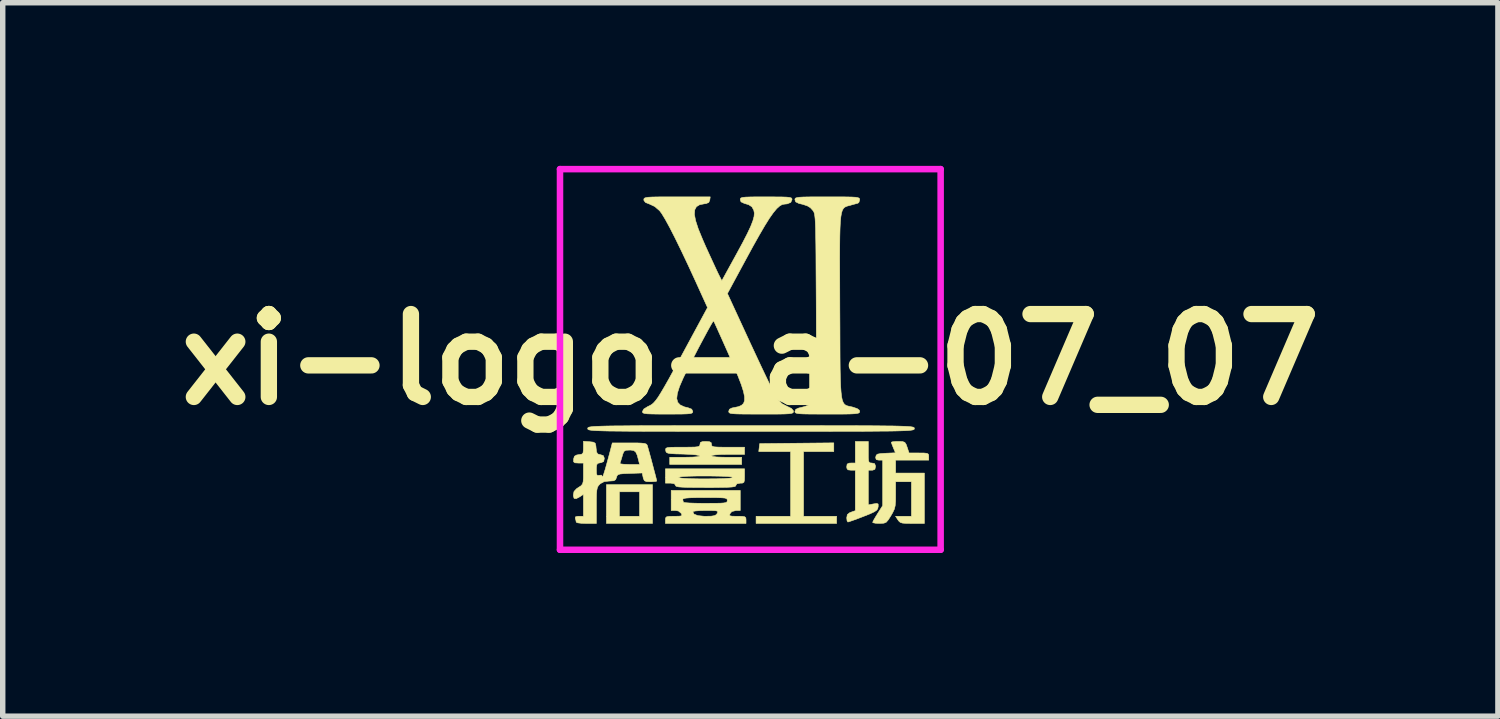
<source format=kicad_pcb>
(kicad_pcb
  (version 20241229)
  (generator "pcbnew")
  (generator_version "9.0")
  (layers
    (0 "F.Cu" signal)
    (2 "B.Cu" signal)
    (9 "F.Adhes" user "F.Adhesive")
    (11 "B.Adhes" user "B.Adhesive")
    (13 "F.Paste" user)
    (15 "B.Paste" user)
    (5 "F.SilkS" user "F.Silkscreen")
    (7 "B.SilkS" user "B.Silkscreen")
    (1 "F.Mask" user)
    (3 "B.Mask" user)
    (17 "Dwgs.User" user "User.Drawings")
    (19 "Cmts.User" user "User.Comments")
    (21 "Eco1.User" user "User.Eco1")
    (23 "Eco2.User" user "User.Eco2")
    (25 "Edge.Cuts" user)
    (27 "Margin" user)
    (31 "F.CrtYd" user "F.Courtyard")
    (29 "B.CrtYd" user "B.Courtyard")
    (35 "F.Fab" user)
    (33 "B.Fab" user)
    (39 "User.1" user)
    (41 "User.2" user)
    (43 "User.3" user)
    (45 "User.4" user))
  (footprint "xi-logo-a-07_07"
    (layer "F.Cu")
    (at 10.748 3.56)
    (property "Reference" "xi-logo-a-07_07" (at 0 0 0) (layer "F.SilkS") (effects (font (size 1.524 1.524) (thickness 0.3))))
    (attr through_hole)
    (fp_poly (pts (xy -1.799 3.016) (xy -2.646 3.016) (xy -2.646 2.434) (xy -2.408 2.434) (xy -2.408 2.884) (xy -2.037 2.884) (xy -2.037 2.434) (xy -2.408 2.434) (xy -2.646 2.434) (xy -2.646 2.302) (xy -1.799 2.302) (xy -1.799 3.016)) (stroke (width 0.01) (type solid)) (fill yes) (layer "F.SilkS"))
    (fp_poly (pts (xy 1.535 1.693) (xy 0.979 1.693) (xy 0.979 2.884) (xy 1.587 2.884) (xy 1.587 3.016) (xy 0.106 3.016) (xy 0.106 2.884) (xy 0.741 2.884) (xy 0.741 1.693) (xy 0.155 1.693) (xy 0.164 1.621) (xy 0.172 1.548) (xy 0.853 1.541) (xy 1.535 1.534) (xy 1.535 1.693)) (stroke (width 0.01) (type solid)) (fill yes) (layer "F.SilkS"))
    (fp_poly (pts (xy 2.17 1.707) (xy 2.17 1.807) (xy 2.175 1.867) (xy 2.188 1.895) (xy 2.212 1.904) (xy 2.236 1.905) (xy 2.286 1.916) (xy 2.302 1.959) (xy 2.302 1.971) (xy 2.291 2.021) (xy 2.248 2.037) (xy 2.236 2.037) (xy 2.17 2.037) (xy 2.17 2.675) (xy 2.264 2.657) (xy 2.326 2.648) (xy 2.351 2.659) (xy 2.352 2.7) (xy 2.35 2.712) (xy 2.342 2.747) (xy 2.32 2.775) (xy 2.276 2.804) (xy 2.201 2.839) (xy 2.085 2.885) (xy 2.078 2.888) (xy 1.968 2.93) (xy 1.877 2.963) (xy 1.815 2.984) (xy 1.794 2.99) (xy 1.779 2.967) (xy 1.773 2.913) (xy 1.784 2.853) (xy 1.828 2.818) (xy 1.852 2.809) (xy 1.931 2.781) (xy 1.931 2.037) (xy 1.852 2.037) (xy 1.795 2.03) (xy 1.775 2) (xy 1.773 1.971) (xy 1.781 1.924) (xy 1.818 1.907) (xy 1.852 1.905) (xy 1.931 1.905) (xy 1.931 1.508) (xy 2.17 1.508) (xy 2.17 1.707)) (stroke (width 0.01) (type solid)) (fill yes) (layer "F.SilkS"))
    (fp_poly (pts (xy -0.106 2.143) (xy -0.108 2.221) (xy -0.118 2.26) (xy -0.146 2.274) (xy -0.185 2.275) (xy -0.248 2.287) (xy -0.265 2.315) (xy -0.271 2.329) (xy -0.294 2.339) (xy -0.341 2.346) (xy -0.417 2.351) (xy -0.528 2.353) (xy -0.682 2.355) (xy -0.82 2.355) (xy -1.008 2.354) (xy -1.149 2.353) (xy -1.249 2.349) (xy -1.316 2.344) (xy -1.355 2.336) (xy -1.373 2.325) (xy -1.376 2.315) (xy -1.396 2.286) (xy -1.46 2.275) (xy -1.468 2.275) (xy -1.561 2.275) (xy -1.561 2.17) (xy -1.323 2.17) (xy -1.297 2.179) (xy -1.222 2.187) (xy -1.1 2.193) (xy -0.935 2.196) (xy -0.82 2.196) (xy -0.632 2.195) (xy -0.485 2.191) (xy -0.382 2.184) (xy -0.326 2.176) (xy -0.318 2.17) (xy -0.343 2.16) (xy -0.419 2.152) (xy -0.541 2.147) (xy -0.705 2.144) (xy -0.82 2.143) (xy -1.009 2.144) (xy -1.156 2.148) (xy -1.259 2.155) (xy -1.314 2.164) (xy -1.323 2.17) (xy -1.561 2.17) (xy -1.561 2.011) (xy -0.106 2.011) (xy -0.106 2.143)) (stroke (width 0.01) (type solid)) (fill yes) (layer "F.SilkS"))
    (fp_poly (pts (xy -0.751 1.513) (xy -0.72 1.53) (xy -0.714 1.561) (xy -0.711 1.584) (xy -0.695 1.599) (xy -0.658 1.608) (xy -0.591 1.612) (xy -0.484 1.614) (xy -0.41 1.614) (xy -0.106 1.614) (xy -0.106 1.746) (xy -0.41 1.746) (xy -0.545 1.748) (xy -0.645 1.755) (xy -0.703 1.764) (xy -0.714 1.773) (xy -0.689 1.785) (xy -0.618 1.794) (xy -0.509 1.798) (xy -0.437 1.799) (xy -0.159 1.799) (xy -0.159 1.931) (xy -1.482 1.931) (xy -1.482 1.799) (xy -1.204 1.799) (xy -1.062 1.796) (xy -0.971 1.789) (xy -0.931 1.778) (xy -0.941 1.767) (xy -0.999 1.755) (xy -1.106 1.746) (xy -1.237 1.74) (xy -1.369 1.737) (xy -1.458 1.732) (xy -1.512 1.724) (xy -1.54 1.712) (xy -1.552 1.693) (xy -1.556 1.673) (xy -1.558 1.648) (xy -1.549 1.632) (xy -1.522 1.621) (xy -1.466 1.616) (xy -1.375 1.614) (xy -1.245 1.614) (xy -1.111 1.613) (xy -1.021 1.611) (xy -0.966 1.605) (xy -0.938 1.594) (xy -0.927 1.577) (xy -0.926 1.561) (xy -0.917 1.526) (xy -0.881 1.511) (xy -0.82 1.508) (xy -0.751 1.513)) (stroke (width 0.01) (type solid)) (fill yes) (layer "F.SilkS"))
    (fp_poly (pts (xy 2.799 1.51) (xy 2.841 1.525) (xy 2.866 1.563) (xy 2.884 1.614) (xy 2.919 1.72) (xy 3.1 1.72) (xy 3.195 1.721) (xy 3.249 1.727) (xy 3.274 1.742) (xy 3.281 1.77) (xy 3.281 1.786) (xy 3.281 1.852) (xy 2.672 1.852) (xy 2.672 2.09) (xy 3.201 2.09) (xy 3.201 3.016) (xy 2.98 3.016) (xy 2.87 3.015) (xy 2.8 3.01) (xy 2.758 2.997) (xy 2.731 2.973) (xy 2.714 2.95) (xy 2.671 2.884) (xy 2.963 2.884) (xy 2.963 2.249) (xy 2.672 2.249) (xy 2.672 2.49) (xy 2.671 2.608) (xy 2.664 2.69) (xy 2.648 2.754) (xy 2.619 2.816) (xy 2.586 2.873) (xy 2.537 2.95) (xy 2.5 2.993) (xy 2.457 3.011) (xy 2.395 3.015) (xy 2.375 3.015) (xy 2.302 3.012) (xy 2.257 3.003) (xy 2.25 2.996) (xy 2.263 2.965) (xy 2.298 2.904) (xy 2.342 2.832) (xy 2.434 2.688) (xy 2.434 1.852) (xy 2.366 1.852) (xy 2.317 1.843) (xy 2.305 1.809) (xy 2.307 1.793) (xy 2.316 1.76) (xy 2.341 1.741) (xy 2.395 1.731) (xy 2.488 1.725) (xy 2.492 1.725) (xy 2.669 1.717) (xy 2.631 1.627) (xy 2.606 1.564) (xy 2.593 1.525) (xy 2.593 1.522) (xy 2.617 1.514) (xy 2.677 1.509) (xy 2.721 1.508) (xy 2.799 1.51)) (stroke (width 0.01) (type solid)) (fill yes) (layer "F.SilkS"))
    (fp_poly (pts (xy 0.475 1.217) (xy 0.888 1.217) (xy 1.253 1.217) (xy 1.573 1.218) (xy 1.853 1.218) (xy 2.093 1.219) (xy 2.298 1.22) (xy 2.47 1.222) (xy 2.613 1.223) (xy 2.728 1.226) (xy 2.818 1.229) (xy 2.888 1.232) (xy 2.939 1.236) (xy 2.974 1.241) (xy 2.997 1.246) (xy 3.009 1.252) (xy 3.015 1.259) (xy 3.016 1.267) (xy 3.016 1.27) (xy 3.016 1.278) (xy 3.012 1.285) (xy 3.002 1.292) (xy 2.983 1.297) (xy 2.953 1.302) (xy 2.907 1.307) (xy 2.845 1.31) (xy 2.761 1.313) (xy 2.655 1.316) (xy 2.523 1.318) (xy 2.361 1.319) (xy 2.168 1.321) (xy 1.94 1.322) (xy 1.674 1.322) (xy 1.368 1.323) (xy 1.018 1.323) (xy 0.623 1.323) (xy 0.178 1.323) (xy 0.013 1.323) (xy -0.449 1.323) (xy -0.861 1.323) (xy -1.226 1.323) (xy -1.547 1.322) (xy -1.826 1.322) (xy -2.067 1.321) (xy -2.272 1.32) (xy -2.444 1.318) (xy -2.586 1.317) (xy -2.701 1.314) (xy -2.792 1.311) (xy -2.861 1.308) (xy -2.912 1.304) (xy -2.948 1.299) (xy -2.97 1.294) (xy -2.983 1.288) (xy -2.988 1.281) (xy -2.99 1.273) (xy -2.99 1.27) (xy -2.989 1.262) (xy -2.985 1.255) (xy -2.975 1.248) (xy -2.957 1.243) (xy -2.926 1.238) (xy -2.881 1.233) (xy -2.818 1.23) (xy -2.735 1.227) (xy -2.629 1.224) (xy -2.496 1.222) (xy -2.335 1.221) (xy -2.141 1.219) (xy -1.913 1.218) (xy -1.648 1.218) (xy -1.341 1.217) (xy -0.992 1.217) (xy -0.596 1.217) (xy -0.152 1.217) (xy 0.013 1.217) (xy 0.475 1.217)) (stroke (width 0.01) (type solid)) (fill yes) (layer "F.SilkS"))
    (fp_poly (pts (xy -0.185 2.778) (xy -0.264 2.778) (xy -0.34 2.797) (xy -0.37 2.831) (xy -0.382 2.86) (xy -0.372 2.876) (xy -0.33 2.883) (xy -0.245 2.884) (xy -0.239 2.884) (xy -0.151 2.885) (xy -0.103 2.893) (xy -0.083 2.912) (xy -0.079 2.947) (xy -0.079 2.95) (xy -0.079 3.016) (xy -1.561 3.016) (xy -1.561 2.95) (xy -1.558 2.914) (xy -1.539 2.894) (xy -1.494 2.886) (xy -1.409 2.884) (xy -1.401 2.884) (xy -1.314 2.883) (xy -1.269 2.877) (xy -1.258 2.861) (xy -1.269 2.833) (xy -1.27 2.831) (xy -1.307 2.799) (xy -1.058 2.799) (xy -1.036 2.844) (xy -0.966 2.872) (xy -0.849 2.884) (xy -0.816 2.884) (xy -0.717 2.882) (xy -0.657 2.872) (xy -0.624 2.853) (xy -0.609 2.831) (xy -0.598 2.806) (xy -0.604 2.791) (xy -0.636 2.782) (xy -0.704 2.779) (xy -0.814 2.778) (xy -0.819 2.778) (xy -0.924 2.78) (xy -1.006 2.786) (xy -1.052 2.795) (xy -1.058 2.799) (xy -1.307 2.799) (xy -1.322 2.787) (xy -1.377 2.778) (xy -1.455 2.778) (xy -1.455 2.575) (xy -1.244 2.575) (xy -1.232 2.62) (xy -1.226 2.628) (xy -1.195 2.634) (xy -1.12 2.64) (xy -1.012 2.644) (xy -0.881 2.646) (xy -0.816 2.646) (xy -0.664 2.645) (xy -0.558 2.644) (xy -0.488 2.639) (xy -0.448 2.632) (xy -0.429 2.619) (xy -0.424 2.601) (xy -0.423 2.593) (xy -0.426 2.573) (xy -0.439 2.559) (xy -0.469 2.549) (xy -0.526 2.544) (xy -0.616 2.541) (xy -0.747 2.54) (xy -0.833 2.54) (xy -0.995 2.541) (xy -1.11 2.544) (xy -1.186 2.55) (xy -1.228 2.559) (xy -1.243 2.572) (xy -1.244 2.575) (xy -1.455 2.575) (xy -1.455 2.408) (xy -0.185 2.408) (xy -0.185 2.778)) (stroke (width 0.01) (type solid)) (fill yes) (layer "F.SilkS"))
    (fp_poly (pts (xy 1.608 -2.99) (xy 1.753 -2.989) (xy 1.859 -2.987) (xy 1.931 -2.983) (xy 1.975 -2.976) (xy 1.999 -2.967) (xy 2.009 -2.954) (xy 2.011 -2.936) (xy 2.011 -2.936) (xy 1.997 -2.888) (xy 1.978 -2.873) (xy 1.933 -2.861) (xy 1.86 -2.841) (xy 1.83 -2.832) (xy 1.793 -2.823) (xy 1.761 -2.812) (xy 1.734 -2.798) (xy 1.711 -2.775) (xy 1.692 -2.741) (xy 1.677 -2.692) (xy 1.665 -2.623) (xy 1.656 -2.531) (xy 1.65 -2.412) (xy 1.646 -2.263) (xy 1.644 -2.08) (xy 1.643 -1.858) (xy 1.644 -1.595) (xy 1.645 -1.287) (xy 1.646 -0.941) (xy 1.648 -0.593) (xy 1.649 -0.293) (xy 1.65 -0.039) (xy 1.652 0.174) (xy 1.656 0.349) (xy 1.661 0.49) (xy 1.669 0.601) (xy 1.679 0.687) (xy 1.692 0.75) (xy 1.71 0.794) (xy 1.731 0.824) (xy 1.757 0.843) (xy 1.789 0.855) (xy 1.826 0.864) (xy 1.869 0.873) (xy 1.881 0.876) (xy 1.965 0.904) (xy 2.005 0.934) (xy 2.011 0.958) (xy 2.008 0.973) (xy 1.994 0.985) (xy 1.964 0.993) (xy 1.911 0.999) (xy 1.829 1.003) (xy 1.71 1.005) (xy 1.55 1.005) (xy 1.416 1.005) (xy 1.223 1.005) (xy 1.077 1.004) (xy 0.972 1.002) (xy 0.9 0.998) (xy 0.855 0.991) (xy 0.831 0.982) (xy 0.822 0.969) (xy 0.82 0.955) (xy 0.837 0.917) (xy 0.893 0.892) (xy 0.919 0.887) (xy 1.006 0.864) (xy 1.085 0.833) (xy 1.089 0.831) (xy 1.114 0.816) (xy 1.136 0.795) (xy 1.155 0.766) (xy 1.171 0.724) (xy 1.183 0.665) (xy 1.194 0.586) (xy 1.201 0.483) (xy 1.207 0.353) (xy 1.211 0.19) (xy 1.213 -0.007) (xy 1.214 -0.244) (xy 1.214 -0.524) (xy 1.213 -0.851) (xy 1.212 -1.079) (xy 1.21 -1.409) (xy 1.208 -1.69) (xy 1.207 -1.926) (xy 1.205 -2.122) (xy 1.202 -2.281) (xy 1.2 -2.408) (xy 1.196 -2.507) (xy 1.192 -2.581) (xy 1.186 -2.636) (xy 1.18 -2.675) (xy 1.172 -2.703) (xy 1.162 -2.723) (xy 1.151 -2.739) (xy 1.149 -2.741) (xy 1.105 -2.79) (xy 1.049 -2.824) (xy 0.965 -2.852) (xy 0.893 -2.869) (xy 0.834 -2.898) (xy 0.82 -2.937) (xy 0.822 -2.954) (xy 0.832 -2.967) (xy 0.858 -2.976) (xy 0.904 -2.983) (xy 0.977 -2.987) (xy 1.085 -2.989) (xy 1.233 -2.99) (xy 1.416 -2.99) (xy 1.608 -2.99)) (stroke (width 0.01) (type solid)) (fill yes) (layer "F.SilkS"))
    (fp_poly (pts (xy -2.957 1.513) (xy -2.886 1.521) (xy -2.852 1.541) (xy -2.84 1.589) (xy -2.836 1.632) (xy -2.827 1.703) (xy -2.806 1.738) (xy -2.763 1.751) (xy -2.757 1.751) (xy -2.703 1.769) (xy -2.686 1.813) (xy -2.686 1.826) (xy -2.697 1.877) (xy -2.742 1.898) (xy -2.758 1.9) (xy -2.803 1.91) (xy -2.824 1.936) (xy -2.831 1.994) (xy -2.831 2.028) (xy -2.829 2.1) (xy -2.817 2.131) (xy -2.791 2.133) (xy -2.778 2.13) (xy -2.735 2.128) (xy -2.723 2.161) (xy -2.716 2.159) (xy -2.697 2.111) (xy -2.669 2.022) (xy -2.638 1.912) (xy -2.399 1.912) (xy -2.381 1.921) (xy -2.322 1.928) (xy -2.235 1.931) (xy -2.224 1.931) (xy -2.036 1.931) (xy -2.054 1.859) (xy -2.08 1.76) (xy -2.107 1.703) (xy -2.143 1.675) (xy -2.198 1.667) (xy -2.221 1.667) (xy -2.287 1.67) (xy -2.323 1.69) (xy -2.345 1.74) (xy -2.356 1.779) (xy -2.378 1.852) (xy -2.395 1.903) (xy -2.399 1.912) (xy -2.638 1.912) (xy -2.634 1.896) (xy -2.591 1.739) (xy -2.567 1.647) (xy -2.538 1.535) (xy -2.223 1.535) (xy -2.088 1.535) (xy -1.997 1.539) (xy -1.94 1.546) (xy -1.91 1.558) (xy -1.896 1.577) (xy -1.895 1.581) (xy -1.879 1.636) (xy -1.855 1.722) (xy -1.826 1.828) (xy -1.796 1.941) (xy -1.767 2.051) (xy -1.742 2.145) (xy -1.726 2.21) (xy -1.72 2.236) (xy -1.743 2.244) (xy -1.803 2.248) (xy -1.837 2.249) (xy -1.91 2.246) (xy -1.948 2.23) (xy -1.966 2.19) (xy -1.971 2.169) (xy -1.989 2.088) (xy -2.217 2.096) (xy -2.327 2.1) (xy -2.396 2.107) (xy -2.434 2.12) (xy -2.452 2.141) (xy -2.461 2.17) (xy -2.477 2.211) (xy -2.511 2.231) (xy -2.579 2.236) (xy -2.593 2.236) (xy -2.689 2.247) (xy -2.757 2.284) (xy -2.77 2.296) (xy -2.796 2.325) (xy -2.813 2.359) (xy -2.823 2.407) (xy -2.829 2.48) (xy -2.831 2.589) (xy -2.831 2.687) (xy -2.831 3.016) (xy -3.016 3.016) (xy -3.108 3.013) (xy -3.174 3.005) (xy -3.201 2.993) (xy -3.201 2.992) (xy -3.21 2.948) (xy -3.218 2.926) (xy -3.217 2.896) (xy -3.179 2.885) (xy -3.151 2.884) (xy -3.069 2.884) (xy -3.069 2.481) (xy -3.134 2.524) (xy -3.202 2.56) (xy -3.24 2.556) (xy -3.254 2.511) (xy -3.254 2.489) (xy -3.242 2.428) (xy -3.196 2.378) (xy -3.162 2.355) (xy -3.114 2.324) (xy -3.087 2.293) (xy -3.074 2.249) (xy -3.069 2.177) (xy -3.069 2.101) (xy -3.069 1.905) (xy -3.164 1.905) (xy -3.226 1.901) (xy -3.25 1.882) (xy -3.25 1.834) (xy -3.25 1.832) (xy -3.234 1.78) (xy -3.193 1.757) (xy -3.155 1.751) (xy -3.102 1.743) (xy -3.077 1.721) (xy -3.07 1.669) (xy -3.069 1.624) (xy -3.069 1.505) (xy -2.957 1.513)) (stroke (width 0.01) (type solid)) (fill yes) (layer "F.SilkS"))
    (fp_poly (pts (xy -0.746 -2.93) (xy -0.764 -2.887) (xy -0.814 -2.866) (xy -0.847 -2.862) (xy -0.932 -2.845) (xy -0.991 -2.809) (xy -1.022 -2.751) (xy -1.028 -2.667) (xy -1.006 -2.551) (xy -0.957 -2.401) (xy -0.88 -2.213) (xy -0.82 -2.075) (xy -0.753 -1.929) (xy -0.69 -1.792) (xy -0.636 -1.675) (xy -0.595 -1.588) (xy -0.576 -1.55) (xy -0.524 -1.447) (xy -0.251 -1.944) (xy -0.14 -2.149) (xy -0.055 -2.314) (xy 0.007 -2.446) (xy 0.047 -2.549) (xy 0.069 -2.629) (xy 0.074 -2.692) (xy 0.064 -2.743) (xy 0.064 -2.745) (xy 0.029 -2.807) (xy -0.031 -2.846) (xy -0.112 -2.87) (xy -0.171 -2.898) (xy -0.185 -2.937) (xy -0.183 -2.956) (xy -0.171 -2.97) (xy -0.142 -2.979) (xy -0.09 -2.985) (xy -0.007 -2.988) (xy 0.115 -2.99) (xy 0.282 -2.99) (xy 0.291 -2.99) (xy 0.461 -2.989) (xy 0.584 -2.988) (xy 0.669 -2.985) (xy 0.723 -2.979) (xy 0.753 -2.97) (xy 0.765 -2.956) (xy 0.767 -2.94) (xy 0.744 -2.888) (xy 0.678 -2.861) (xy 0.635 -2.857) (xy 0.589 -2.85) (xy 0.541 -2.823) (xy 0.487 -2.775) (xy 0.425 -2.701) (xy 0.352 -2.598) (xy 0.267 -2.462) (xy 0.166 -2.289) (xy 0.047 -2.077) (xy -0.092 -1.821) (xy -0.102 -1.803) (xy -0.421 -1.212) (xy 0.002 -0.295) (xy 0.1 -0.085) (xy 0.192 0.112) (xy 0.278 0.293) (xy 0.353 0.449) (xy 0.415 0.576) (xy 0.461 0.667) (xy 0.488 0.716) (xy 0.489 0.718) (xy 0.583 0.814) (xy 0.673 0.861) (xy 0.757 0.902) (xy 0.792 0.943) (xy 0.794 0.956) (xy 0.791 0.972) (xy 0.779 0.984) (xy 0.751 0.993) (xy 0.7 0.999) (xy 0.62 1.003) (xy 0.506 1.005) (xy 0.349 1.005) (xy 0.198 1.005) (xy 0.006 1.005) (xy -0.139 1.004) (xy -0.245 1.002) (xy -0.317 0.998) (xy -0.362 0.992) (xy -0.386 0.982) (xy -0.395 0.969) (xy -0.397 0.953) (xy -0.384 0.916) (xy -0.339 0.893) (xy -0.289 0.883) (xy -0.217 0.868) (xy -0.162 0.844) (xy -0.125 0.809) (xy -0.106 0.758) (xy -0.106 0.685) (xy -0.126 0.588) (xy -0.166 0.462) (xy -0.228 0.302) (xy -0.311 0.104) (xy -0.416 -0.136) (xy -0.45 -0.212) (xy -0.516 -0.36) (xy -0.575 -0.491) (xy -0.623 -0.598) (xy -0.657 -0.672) (xy -0.674 -0.708) (xy -0.675 -0.709) (xy -0.691 -0.691) (xy -0.728 -0.629) (xy -0.785 -0.526) (xy -0.86 -0.387) (xy -0.952 -0.214) (xy -1.057 -0.011) (xy -1.135 0.141) (xy -1.233 0.339) (xy -1.302 0.498) (xy -1.342 0.623) (xy -1.353 0.718) (xy -1.335 0.788) (xy -1.289 0.837) (xy -1.213 0.872) (xy -1.143 0.889) (xy -1.078 0.914) (xy -1.058 0.956) (xy -1.061 0.974) (xy -1.075 0.987) (xy -1.107 0.996) (xy -1.165 1.001) (xy -1.255 1.004) (xy -1.385 1.005) (xy -1.521 1.005) (xy -1.688 1.005) (xy -1.81 1.003) (xy -1.893 1) (xy -1.944 0.994) (xy -1.972 0.984) (xy -1.983 0.97) (xy -1.984 0.958) (xy -1.959 0.912) (xy -1.887 0.867) (xy -1.876 0.862) (xy -1.841 0.845) (xy -1.807 0.824) (xy -1.774 0.794) (xy -1.737 0.751) (xy -1.694 0.692) (xy -1.643 0.61) (xy -1.58 0.503) (xy -1.502 0.366) (xy -1.408 0.194) (xy -1.293 -0.017) (xy -1.191 -0.206) (xy -0.787 -0.954) (xy -1.006 -1.436) (xy -1.143 -1.733) (xy -1.269 -1.999) (xy -1.382 -2.23) (xy -1.48 -2.422) (xy -1.563 -2.574) (xy -1.629 -2.683) (xy -1.669 -2.736) (xy -1.759 -2.813) (xy -1.855 -2.858) (xy -1.927 -2.886) (xy -1.956 -2.923) (xy -1.958 -2.938) (xy -1.956 -2.954) (xy -1.945 -2.967) (xy -1.92 -2.976) (xy -1.874 -2.983) (xy -1.8 -2.987) (xy -1.693 -2.989) (xy -1.546 -2.99) (xy -1.352 -2.99) (xy -0.737 -2.99) (xy -0.746 -2.93)) (stroke (width 0.01) (type solid)) (fill yes) (layer "F.SilkS"))
    (fp_line (start -3.5 -3.5) (end 3.5 -3.5) (stroke (width 0.12) (type solid)) (layer "F.CrtYd"))
    (fp_line (start -3.5 3.5) (end -3.5 -3.5) (stroke (width 0.12) (type solid)) (layer "F.CrtYd"))
    (fp_line (start 3.5 -3.5) (end 3.5 3.5) (stroke (width 0.12) (type solid)) (layer "F.CrtYd"))
    (fp_line (start 3.5 3.5) (end -3.5 3.5) (stroke (width 0.12) (type solid)) (layer "F.CrtYd")))
  (gr_rect
    (start -3 -3)
    (end 24.496 10.12)
    (stroke (width 0.1) (type default))
    (fill no)
    (layer "Edge.Cuts")))
</source>
